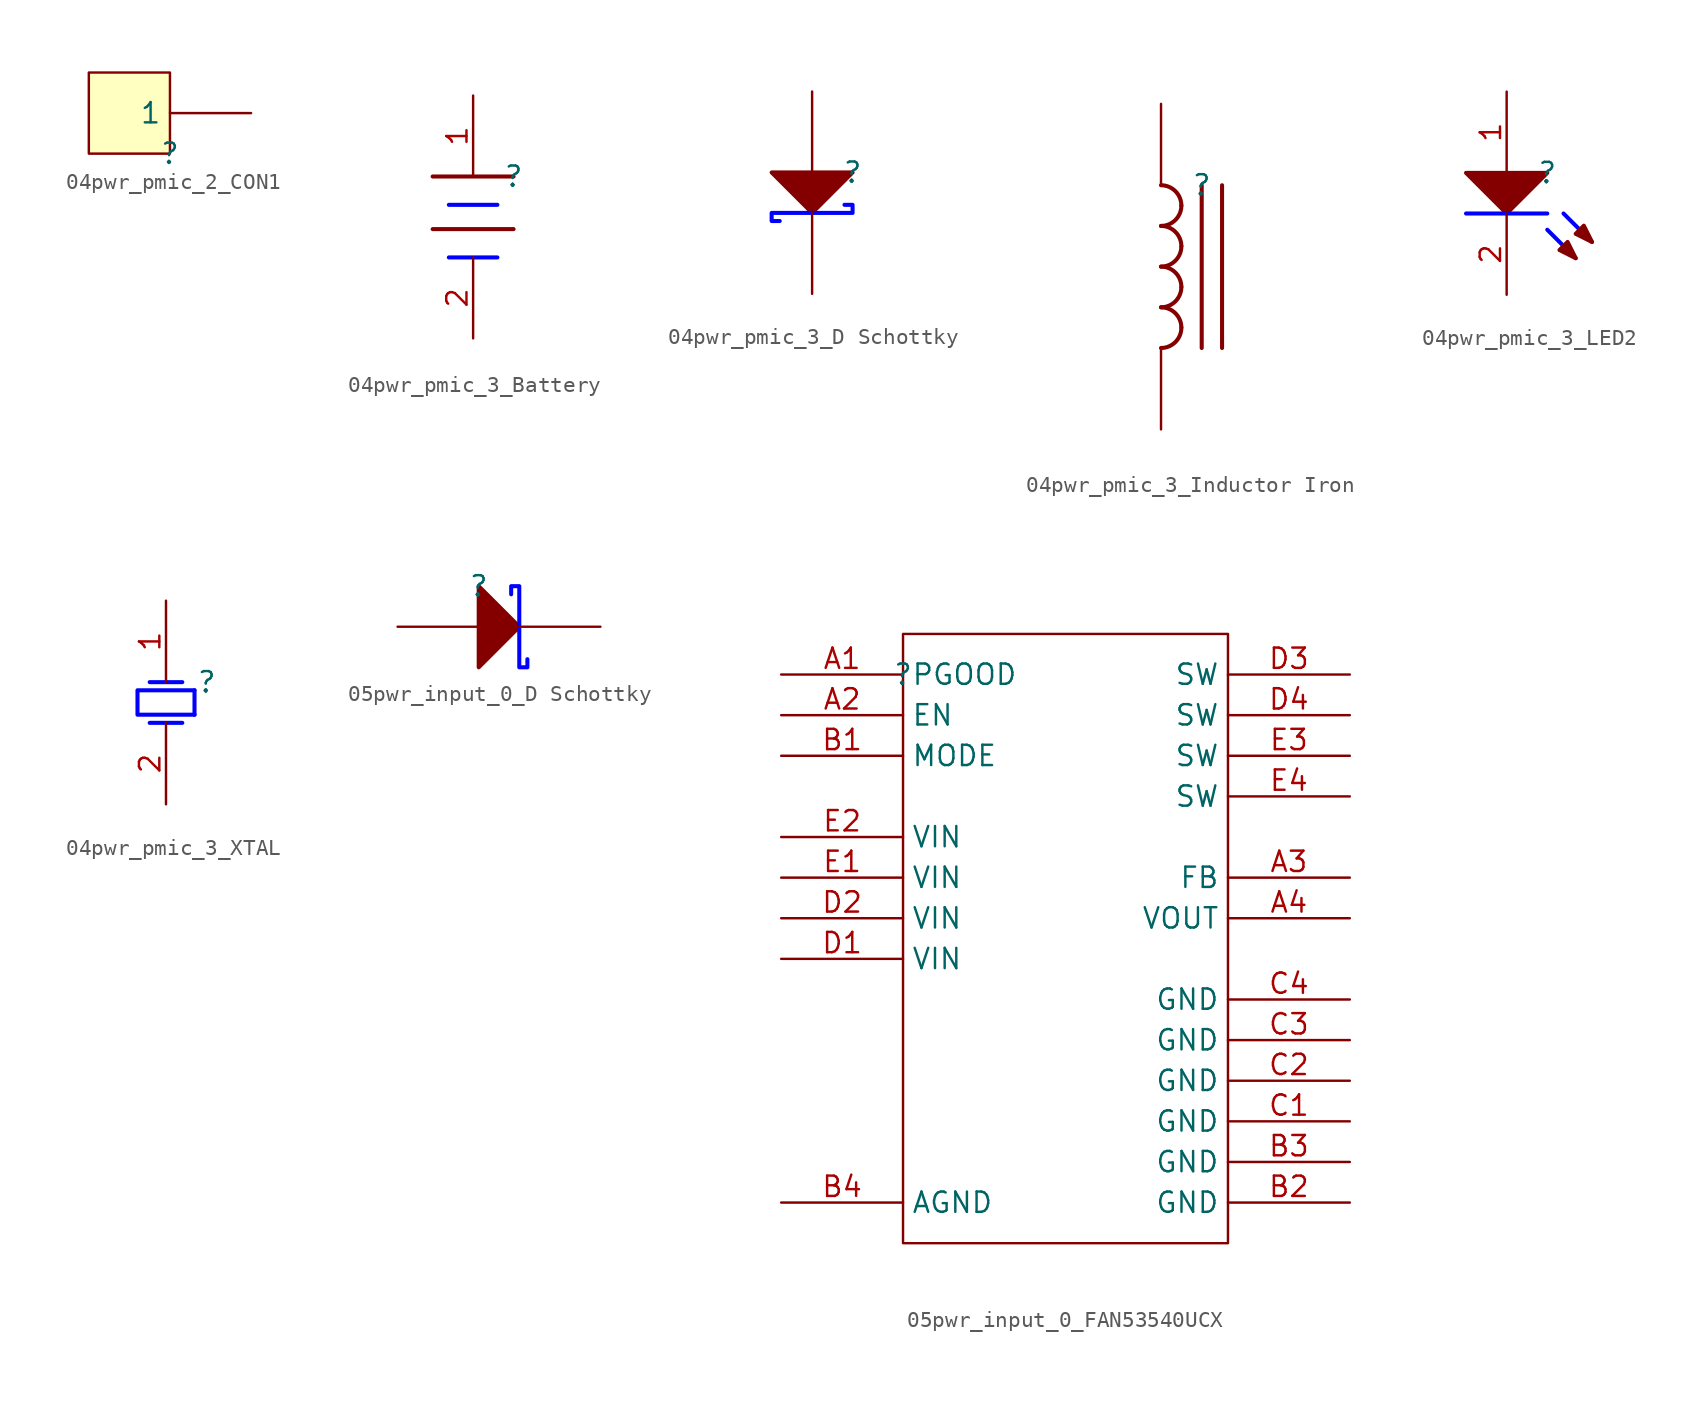
<source format=kicad_sym>
(kicad_symbol_lib
  (version 20220914)
  (generator kicad_symbol_editor)
  (symbol "04pwr_pmic_2_CON1"
    (property "Reference" ""
      (at 0 0 0)
      (effects (font (size 1.27 1.27))))
    (property "Value" ""
      (at 0 0 0)
      (effects (font (size 1.27 1.27))))
    (symbol "04pwr_pmic_2_CON1_1_0"
      (rectangle (start 0 5.08) (end -5.08 0) (stroke (width 0) (type solid)) (fill (type background)))
      (pin passive line (at 5.08 2.54 180) (length 5.08) (name "1" (effects (font (size 1.27 1.27)))) (number "1" (effects (font (size 0 0)))))))
  (symbol "04pwr_pmic_3_Battery"
    (property "Reference" ""
      (at 0 0 0)
      (effects (font (size 1.27 1.27))))
    (property "Value" ""
      (at 0 0 0)
      (effects (font (size 1.27 1.27))))
    (symbol "04pwr_pmic_3_Battery_1_0"
      (polyline (pts (xy -1.016 -5.08) (xy -4.064 -5.08)) (stroke (width 0.254) (type solid) (color 0 0 255 1)) (fill (type none)))
      (polyline (pts (xy -1.016 -1.778) (xy -4.064 -1.778)) (stroke (width 0.254) (type solid) (color 0 0 255 1)) (fill (type none)))
      (polyline (pts (xy 0 -3.302) (xy -5.08 -3.302)) (stroke (width 0.254) (type solid)) (fill (type none)))
      (polyline (pts (xy 0 0) (xy -5.08 0)) (stroke (width 0.254) (type solid)) (fill (type none)))
      (pin passive line (at -2.54 5.08 270) (length 5.08) (name "+" (effects (font (size 0 0)))) (number "1" (effects (font (size 1.27 1.27)))))
      (pin passive line (at -2.54 -10.16 90) (length 5.08) (name "-" (effects (font (size 0 0)))) (number "2" (effects (font (size 1.27 1.27)))))))
  (symbol "04pwr_pmic_3_D Schottky"
    (property "Reference" ""
      (at 0 0 0)
      (effects (font (size 1.27 1.27))))
    (property "Value" ""
      (at 0 0 0)
      (effects (font (size 1.27 1.27))))
    (symbol "04pwr_pmic_3_D Schottky_1_0"
      (polyline (pts (xy -5.08 0) (xy -2.54 -2.54) (xy 0 0) (xy -5.08 0)) (stroke (width 0.254) (type solid)) (fill (type outline)))
      (polyline (pts (xy -4.572 -3.048) (xy -5.08 -3.048) (xy -5.08 -2.54) (xy 0 -2.54) (xy 0 -2.032) (xy -0.508 -2.032)) (stroke (width 0.254) (type solid) (color 0 0 255 1)) (fill (type none)))
      (pin passive line (at -2.54 5.08 270) (length 5.08) (name "A" (effects (font (size 0 0)))) (number "1" (effects (font (size 0 0)))))
      (pin passive line (at -2.54 -7.62 90) (length 5.08) (name "K" (effects (font (size 0 0)))) (number "2" (effects (font (size 0 0)))))))
  (symbol "04pwr_pmic_3_Inductor Iron"
    (property "Reference" ""
      (at 0 0 0)
      (effects (font (size 1.27 1.27))))
    (property "Value" ""
      (at 0 0 0)
      (effects (font (size 1.27 1.27))))
    (symbol "04pwr_pmic_3_Inductor Iron_1_0"
      (arc (start -2.54 -10.16) (mid -1.642 -9.788) (end -1.27 -8.89) (stroke (width 0.254) (type solid)) (fill (type none)))
      (arc (start -2.54 -7.62) (mid -1.642 -7.248) (end -1.27 -6.35) (stroke (width 0.254) (type solid)) (fill (type none)))
      (arc (start -2.54 -5.08) (mid -1.642 -4.708) (end -1.27 -3.81) (stroke (width 0.254) (type solid)) (fill (type none)))
      (arc (start -2.54 -2.54) (mid -1.642 -2.168) (end -1.27 -1.27) (stroke (width 0.254) (type solid)) (fill (type none)))
      (arc (start -1.27 -8.89) (mid -1.642 -7.992) (end -2.54 -7.62) (stroke (width 0.254) (type solid)) (fill (type none)))
      (arc (start -1.27 -6.35) (mid -1.642 -5.452) (end -2.54 -5.08) (stroke (width 0.254) (type solid)) (fill (type none)))
      (arc (start -1.27 -3.81) (mid -1.642 -2.912) (end -2.54 -2.54) (stroke (width 0.254) (type solid)) (fill (type none)))
      (arc (start -1.27 -1.27) (mid -1.642 -0.372) (end -2.54 0) (stroke (width 0.254) (type solid)) (fill (type none)))
      (polyline (pts (xy 0 0) (xy 0 -10.16)) (stroke (width 0.254) (type solid)) (fill (type none)))
      (polyline (pts (xy 1.27 -10.16) (xy 1.27 0)) (stroke (width 0.254) (type solid)) (fill (type none)))
      (pin passive line (at -2.54 5.08 270) (length 5.08) (name "1" (effects (font (size 0 0)))) (number "1" (effects (font (size 0 0)))))
      (pin passive line (at -2.54 -15.24 90) (length 5.08) (name "2" (effects (font (size 0 0)))) (number "2" (effects (font (size 0 0)))))))
  (symbol "04pwr_pmic_3_LED2"
    (property "Reference" ""
      (at 0 0 0)
      (effects (font (size 1.27 1.27))))
    (property "Value" ""
      (at 0 0 0)
      (effects (font (size 1.27 1.27))))
    (symbol "04pwr_pmic_3_LED2_1_0"
      (polyline (pts (xy 0 -3.556) (xy 1.778 -5.334)) (stroke (width 0.254) (type solid) (color 0 0 255 1)) (fill (type none)))
      (polyline (pts (xy 0 -2.54) (xy -5.08 -2.54)) (stroke (width 0.254) (type solid) (color 0 0 255 1)) (fill (type none)))
      (polyline (pts (xy 1.016 -2.54) (xy 2.794 -4.318)) (stroke (width 0.254) (type solid) (color 0 0 255 1)) (fill (type none)))
      (polyline (pts (xy -5.08 0) (xy -2.54 -2.54) (xy 0 0) (xy -5.08 0)) (stroke (width 0.254) (type solid)) (fill (type outline)))
      (polyline (pts (xy 1.778 -5.334) (xy 1.27 -4.318) (xy 0.762 -4.826) (xy 1.778 -5.334)) (stroke (width 0.254) (type solid)) (fill (type outline)))
      (polyline (pts (xy 2.794 -4.318) (xy 2.286 -3.302) (xy 1.778 -3.81) (xy 2.794 -4.318)) (stroke (width 0.254) (type solid)) (fill (type outline)))
      (pin passive line (at -2.54 5.08 270) (length 5.08) (name "A" (effects (font (size 0 0)))) (number "1" (effects (font (size 1.27 1.27)))))
      (pin passive line (at -2.54 -7.62 90) (length 5.08) (name "K" (effects (font (size 0 0)))) (number "2" (effects (font (size 1.27 1.27)))))))
  (symbol "04pwr_pmic_3_XTAL"
    (property "Reference" ""
      (at 0 0 0)
      (effects (font (size 1.27 1.27))))
    (property "Value" ""
      (at 0 0 0)
      (effects (font (size 1.27 1.27))))
    (symbol "04pwr_pmic_3_XTAL_1_0"
      (polyline (pts (xy -1.524 -2.54) (xy -3.556 -2.54)) (stroke (width 0.254) (type solid) (color 0 0 255 1)) (fill (type none)))
      (polyline (pts (xy -1.524 0) (xy -3.556 0)) (stroke (width 0.254) (type solid) (color 0 0 255 1)) (fill (type none)))
      (polyline (pts (xy -0.762 -0.508) (xy -0.762 -2.032)) (stroke (width 0.254) (type solid) (color 0 0 255 1)) (fill (type none)))
      (polyline (pts (xy -0.762 -2.032) (xy -4.318 -2.032) (xy -4.318 -0.508) (xy -0.762 -0.508)) (stroke (width 0.254) (type solid) (color 0 0 255 1)) (fill (type none)))
      (pin passive line (at -2.54 5.08 270) (length 5.08) (name "OSC1" (effects (font (size 0 0)))) (number "1" (effects (font (size 1.27 1.27)))))
      (pin passive line (at -2.54 -7.62 90) (length 5.08) (name "OSC2" (effects (font (size 0 0)))) (number "2" (effects (font (size 1.27 1.27)))))))
  (symbol "05pwr_input_0_D Schottky"
    (property "Reference" ""
      (at 0 0 0)
      (effects (font (size 1.27 1.27))))
    (property "Value" ""
      (at 0 0 0)
      (effects (font (size 1.27 1.27))))
    (symbol "05pwr_input_0_D Schottky_1_0"
      (polyline (pts (xy 0 -5.08) (xy 2.54 -2.54) (xy 0 0) (xy 0 -5.08)) (stroke (width 0.254) (type solid)) (fill (type outline)))
      (polyline (pts (xy 3.048 -4.572) (xy 3.048 -5.08) (xy 2.54 -5.08) (xy 2.54 0) (xy 2.032 0) (xy 2.032 -0.508)) (stroke (width 0.254) (type solid) (color 0 0 255 1)) (fill (type none)))
      (pin passive line (at -5.08 -2.54 0) (length 5.08) (name "A" (effects (font (size 0 0)))) (number "1" (effects (font (size 0 0)))))
      (pin passive line (at 7.62 -2.54 180) (length 5.08) (name "K" (effects (font (size 0 0)))) (number "2" (effects (font (size 0 0)))))))
  (symbol "05pwr_input_0_FAN53540UCX"
    (property "Reference" ""
      (at 0 0 0)
      (effects (font (size 1.27 1.27))))
    (property "Value" ""
      (at 0 0 0)
      (effects (font (size 1.27 1.27))))
    (symbol "05pwr_input_0_FAN53540UCX_1_0"
      (rectangle (start 20.32 2.54) (end 0 -35.56) (stroke (width 0) (type solid)) (fill (type none)))
      (pin open_collector line (at -7.62 0 0) (length 7.62) (name "PGOOD" (effects (font (size 1.27 1.27)))) (number "A1" (effects (font (size 1.27 1.27)))))
      (pin input line (at -7.62 -2.54 0) (length 7.62) (name "EN" (effects (font (size 1.27 1.27)))) (number "A2" (effects (font (size 1.27 1.27)))))
      (pin passive line (at 27.94 -12.7 180) (length 7.62) (name "FB" (effects (font (size 1.27 1.27)))) (number "A3" (effects (font (size 1.27 1.27)))))
      (pin passive line (at 27.94 -15.24 180) (length 7.62) (name "VOUT" (effects (font (size 1.27 1.27)))) (number "A4" (effects (font (size 1.27 1.27)))))
      (pin passive line (at -7.62 -5.08 0) (length 7.62) (name "MODE" (effects (font (size 1.27 1.27)))) (number "B1" (effects (font (size 1.27 1.27)))))
      (pin power_in line (at 27.94 -33.02 180) (length 7.62) (name "GND" (effects (font (size 1.27 1.27)))) (number "B2" (effects (font (size 1.27 1.27)))))
      (pin power_in line (at 27.94 -30.48 180) (length 7.62) (name "GND" (effects (font (size 1.27 1.27)))) (number "B3" (effects (font (size 1.27 1.27)))))
      (pin power_in line (at -7.62 -33.02 0) (length 7.62) (name "AGND" (effects (font (size 1.27 1.27)))) (number "B4" (effects (font (size 1.27 1.27)))))
      (pin power_in line (at 27.94 -27.94 180) (length 7.62) (name "GND" (effects (font (size 1.27 1.27)))) (number "C1" (effects (font (size 1.27 1.27)))))
      (pin power_in line (at 27.94 -25.4 180) (length 7.62) (name "GND" (effects (font (size 1.27 1.27)))) (number "C2" (effects (font (size 1.27 1.27)))))
      (pin power_in line (at 27.94 -22.86 180) (length 7.62) (name "GND" (effects (font (size 1.27 1.27)))) (number "C3" (effects (font (size 1.27 1.27)))))
      (pin power_in line (at 27.94 -20.32 180) (length 7.62) (name "GND" (effects (font (size 1.27 1.27)))) (number "C4" (effects (font (size 1.27 1.27)))))
      (pin power_in line (at -7.62 -17.78 0) (length 7.62) (name "VIN" (effects (font (size 1.27 1.27)))) (number "D1" (effects (font (size 1.27 1.27)))))
      (pin power_in line (at -7.62 -15.24 0) (length 7.62) (name "VIN" (effects (font (size 1.27 1.27)))) (number "D2" (effects (font (size 1.27 1.27)))))
      (pin passive line (at 27.94 0 180) (length 7.62) (name "SW" (effects (font (size 1.27 1.27)))) (number "D3" (effects (font (size 1.27 1.27)))))
      (pin passive line (at 27.94 -2.54 180) (length 7.62) (name "SW" (effects (font (size 1.27 1.27)))) (number "D4" (effects (font (size 1.27 1.27)))))
      (pin power_in line (at -7.62 -12.7 0) (length 7.62) (name "VIN" (effects (font (size 1.27 1.27)))) (number "E1" (effects (font (size 1.27 1.27)))))
      (pin power_in line (at -7.62 -10.16 0) (length 7.62) (name "VIN" (effects (font (size 1.27 1.27)))) (number "E2" (effects (font (size 1.27 1.27)))))
      (pin passive line (at 27.94 -5.08 180) (length 7.62) (name "SW" (effects (font (size 1.27 1.27)))) (number "E3" (effects (font (size 1.27 1.27)))))
      (pin passive line (at 27.94 -7.62 180) (length 7.62) (name "SW" (effects (font (size 1.27 1.27)))) (number "E4" (effects (font (size 1.27 1.27))))))))
</source>
